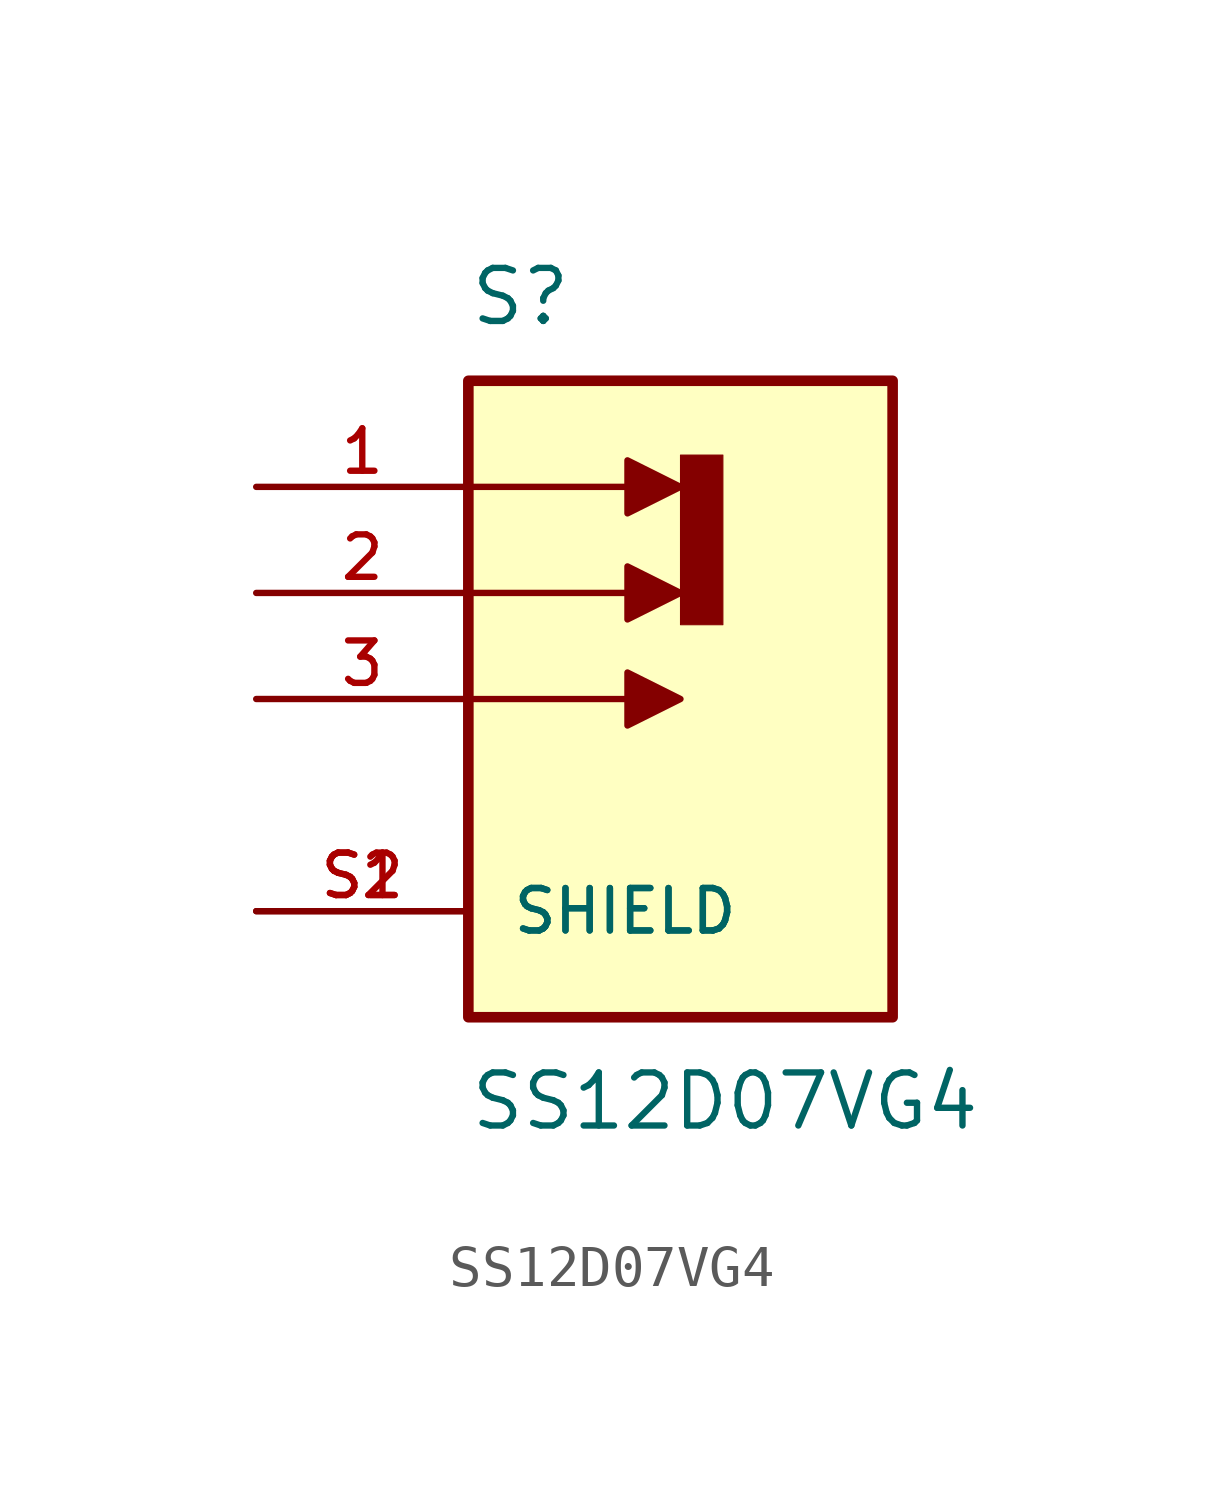
<source format=kicad_sym>
(kicad_symbol_lib
  (version 20211014)
  (generator kicad_symbol_editor)
  (symbol "SS12D07VG4"
    (pin_names
      (offset 1.016))
    (property "Reference" "S"
      (at -5.08 8.89 0)
      (effects (font (size 1.27 1.27)) (justify bottom left)))
    (property "Value" "SS12D07VG4"
      (at -5.08 -8.89 0)
      (effects (font (size 1.27 1.27)) (justify top left)))
    (symbol "SS12D07VG4_0_0"
      (polyline (pts (xy -5.08 5.08) (xy -1.27 5.08)) (stroke (width 0.152)))
      (polyline (pts (xy -1.27 5.715) (xy -1.27 4.445) (xy 0.0 5.08) (xy -1.27 5.715)) (stroke (width 0.152)) (fill (type outline)))
      (polyline (pts (xy -5.08 2.54) (xy -1.27 2.54)) (stroke (width 0.152)))
      (polyline (pts (xy -1.27 3.175) (xy -1.27 1.905) (xy 0.0 2.54) (xy -1.27 3.175)) (stroke (width 0.152)) (fill (type outline)))
      (polyline (pts (xy -5.08 0.0) (xy -1.27 0.0)) (stroke (width 0.152)))
      (polyline (pts (xy -1.27 0.635) (xy -1.27 -0.635) (xy 0.0 0.0) (xy -1.27 0.635)) (stroke (width 0.152)) (fill (type outline)))
      (polyline (pts (xy 0.0 5.842) (xy 0.0 1.778) (xy 1.016 1.778) (xy 1.016 5.842) (xy 0.0 5.842)) (stroke (width 0.025)) (fill (type outline)))
      (rectangle (start -5.08 -7.62) (end 5.08 7.62) (stroke (width 0.254)) (fill (type background)))
      (pin passive line (at -10.16 5.08 0) (length 5.08) (name "~" (effects (font (size 1.016 1.016)))) (number "1" (effects (font (size 1.016 1.016)))))
      (pin passive line (at -10.16 2.54 0) (length 5.08) (name "~" (effects (font (size 1.016 1.016)))) (number "2" (effects (font (size 1.016 1.016)))))
      (pin passive line (at -10.16 0.0 0) (length 5.08) (name "~" (effects (font (size 1.016 1.016)))) (number "3" (effects (font (size 1.016 1.016)))))
      (pin passive line (at -10.16 -5.08 0) (length 5.08) (name "SHIELD" (effects (font (size 1.016 1.016)))) (number "S1" (effects (font (size 1.016 1.016)))))
      (pin passive line (at -10.16 -5.08 0) (length 5.08) (name "SHIELD" (effects (font (size 1.016 1.016)))) (number "S2" (effects (font (size 1.016 1.016))))))))
</source>
